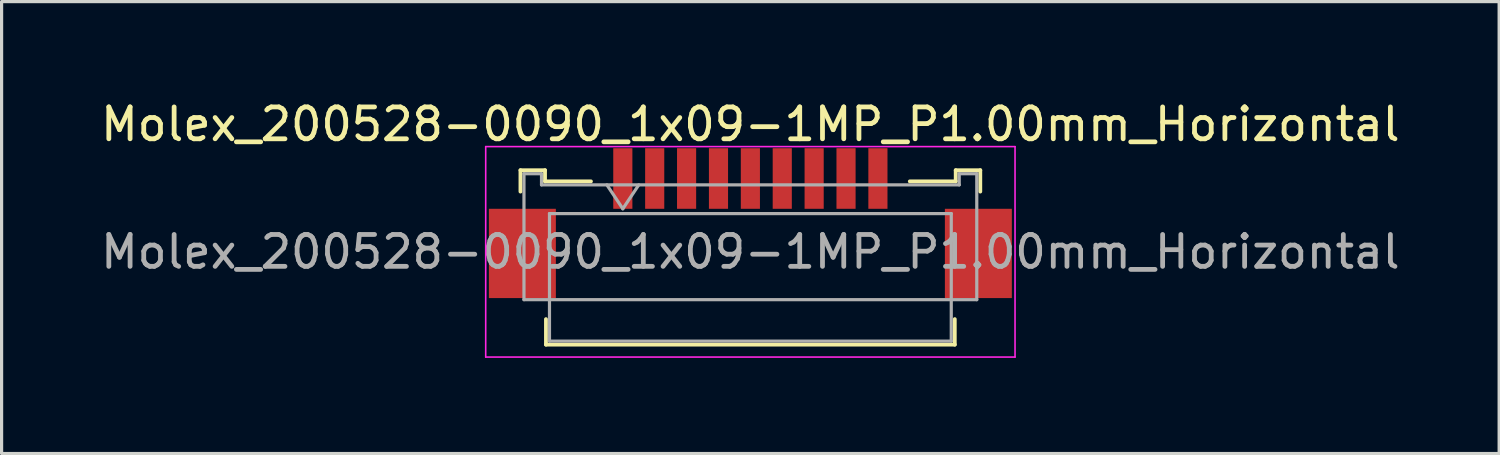
<source format=kicad_pcb>
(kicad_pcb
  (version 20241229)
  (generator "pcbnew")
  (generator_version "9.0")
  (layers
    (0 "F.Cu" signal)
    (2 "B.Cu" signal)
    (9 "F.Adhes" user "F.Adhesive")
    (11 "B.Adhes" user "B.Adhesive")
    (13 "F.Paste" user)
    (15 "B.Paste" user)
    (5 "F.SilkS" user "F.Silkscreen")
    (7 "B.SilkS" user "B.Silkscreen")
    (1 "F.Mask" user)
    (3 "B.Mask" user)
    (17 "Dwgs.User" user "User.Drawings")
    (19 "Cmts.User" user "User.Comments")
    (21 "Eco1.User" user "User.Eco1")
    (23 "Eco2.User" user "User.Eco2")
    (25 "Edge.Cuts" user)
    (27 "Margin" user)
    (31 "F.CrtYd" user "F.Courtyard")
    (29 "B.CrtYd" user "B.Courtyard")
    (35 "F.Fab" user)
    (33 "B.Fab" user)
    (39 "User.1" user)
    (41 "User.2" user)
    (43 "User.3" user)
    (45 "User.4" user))
  (footprint "Molex_200528-0090_1x09-1MP_P1.00mm_Horizontal"
    (layer "F.Cu")
    (at 20.482 3.458)
    (property "Reference" "Molex_200528-0090_1x09-1MP_P1.00mm_Horizontal" (at 0 -2.61 0) (layer "F.SilkS") (effects (font (size 1 1) (thickness 0.15))))
    (attr smd)
    (fp_line (start -7.21 -1.17) (end -7.21 -0.5) (stroke (width 0.12) (type solid)) (layer "F.SilkS"))
    (fp_line (start -6.44 -1.17) (end -7.21 -1.17) (stroke (width 0.12) (type solid)) (layer "F.SilkS"))
    (fp_line (start -6.44 -0.82) (end -6.44 -1.17) (stroke (width 0.12) (type solid)) (layer "F.SilkS"))
    (fp_line (start -6.41 3.5) (end -6.41 4.3) (stroke (width 0.12) (type solid)) (layer "F.SilkS"))
    (fp_line (start -6.41 4.3) (end 6.41 4.3) (stroke (width 0.12) (type solid)) (layer "F.SilkS"))
    (fp_line (start -5 -0.82) (end -6.44 -0.82) (stroke (width 0.12) (type solid)) (layer "F.SilkS"))
    (fp_line (start 6.41 4.3) (end 6.41 3.5) (stroke (width 0.12) (type solid)) (layer "F.SilkS"))
    (fp_line (start 6.44 -1.17) (end 6.44 -0.82) (stroke (width 0.12) (type solid)) (layer "F.SilkS"))
    (fp_line (start 6.44 -0.82) (end 5 -0.82) (stroke (width 0.12) (type solid)) (layer "F.SilkS"))
    (fp_line (start 7.21 -1.17) (end 6.44 -1.17) (stroke (width 0.12) (type solid)) (layer "F.SilkS"))
    (fp_line (start 7.21 -0.5) (end 7.21 -1.17) (stroke (width 0.12) (type solid)) (layer "F.SilkS"))
    (fp_line (start -8.3 -1.91) (end -8.3 4.69) (stroke (width 0.05) (type solid)) (layer "F.CrtYd"))
    (fp_line (start -8.3 4.69) (end 8.3 4.69) (stroke (width 0.05) (type solid)) (layer "F.CrtYd"))
    (fp_line (start 8.3 -1.91) (end -8.3 -1.91) (stroke (width 0.05) (type solid)) (layer "F.CrtYd"))
    (fp_line (start 8.3 4.69) (end 8.3 -1.91) (stroke (width 0.05) (type solid)) (layer "F.CrtYd"))
    (fp_line (start -7.1 -1.06) (end -7.1 2.89) (stroke (width 0.1) (type solid)) (layer "F.Fab"))
    (fp_line (start -7.1 2.89) (end 7.1 2.89) (stroke (width 0.1) (type solid)) (layer "F.Fab"))
    (fp_line (start -6.55 -1.06) (end -7.1 -1.06) (stroke (width 0.1) (type solid)) (layer "F.Fab"))
    (fp_line (start -6.55 -0.71) (end -6.55 -1.06) (stroke (width 0.1) (type solid)) (layer "F.Fab"))
    (fp_line (start -6.3 0.19) (end -6.3 4.19) (stroke (width 0.1) (type solid)) (layer "F.Fab"))
    (fp_line (start -6.3 4.19) (end 6.3 4.19) (stroke (width 0.1) (type solid)) (layer "F.Fab"))
    (fp_line (start -4.5 -0.71) (end -4 0.04) (stroke (width 0.1) (type solid)) (layer "F.Fab"))
    (fp_line (start -4 0.04) (end -3.5 -0.71) (stroke (width 0.1) (type solid)) (layer "F.Fab"))
    (fp_line (start 6.3 0.19) (end -6.3 0.19) (stroke (width 0.1) (type solid)) (layer "F.Fab"))
    (fp_line (start 6.3 4.19) (end 6.3 0.19) (stroke (width 0.1) (type solid)) (layer "F.Fab"))
    (fp_line (start 6.55 -1.06) (end 6.55 -0.71) (stroke (width 0.1) (type solid)) (layer "F.Fab"))
    (fp_line (start 6.55 -0.71) (end -6.55 -0.71) (stroke (width 0.1) (type solid)) (layer "F.Fab"))
    (fp_line (start 7.1 -1.06) (end 6.55 -1.06) (stroke (width 0.1) (type solid)) (layer "F.Fab"))
    (fp_line (start 7.1 2.89) (end 7.1 -1.06) (stroke (width 0.1) (type solid)) (layer "F.Fab"))
    (fp_text user "${REFERENCE}" (at 0 1.39 0) (layer "F.Fab") (effects (font (size 1 1) (thickness 0.15))))
    (pad "1" smd rect (at -4 -0.91) (size 0.6 1.9) (layers "F.Cu" "F.Mask" "F.Paste"))
    (pad "2" smd rect (at -3 -0.91) (size 0.6 1.9) (layers "F.Cu" "F.Mask" "F.Paste"))
    (pad "3" smd rect (at -2 -0.91) (size 0.6 1.9) (layers "F.Cu" "F.Mask" "F.Paste"))
    (pad "4" smd rect (at -1 -0.91) (size 0.6 1.9) (layers "F.Cu" "F.Mask" "F.Paste"))
    (pad "5" smd rect (at 0 -0.91) (size 0.6 1.9) (layers "F.Cu" "F.Mask" "F.Paste"))
    (pad "6" smd rect (at 1 -0.91) (size 0.6 1.9) (layers "F.Cu" "F.Mask" "F.Paste"))
    (pad "7" smd rect (at 2 -0.91) (size 0.6 1.9) (layers "F.Cu" "F.Mask" "F.Paste"))
    (pad "8" smd rect (at 3 -0.91) (size 0.6 1.9) (layers "F.Cu" "F.Mask" "F.Paste"))
    (pad "9" smd rect (at 4 -0.91) (size 0.6 1.9) (layers "F.Cu" "F.Mask" "F.Paste"))
    (pad "MP" smd rect (at -7.15 1.44) (size 2.1 2.8) (layers "F.Cu" "F.Mask" "F.Paste"))
    (pad "MP" smd rect (at 7.15 1.44) (size 2.1 2.8) (layers "F.Cu" "F.Mask" "F.Paste")))
  (gr_rect
    (start -3 -3)
    (end 43.964 11.173)
    (stroke (width 0.1) (type default))
    (fill no)
    (layer "Edge.Cuts")))
</source>
